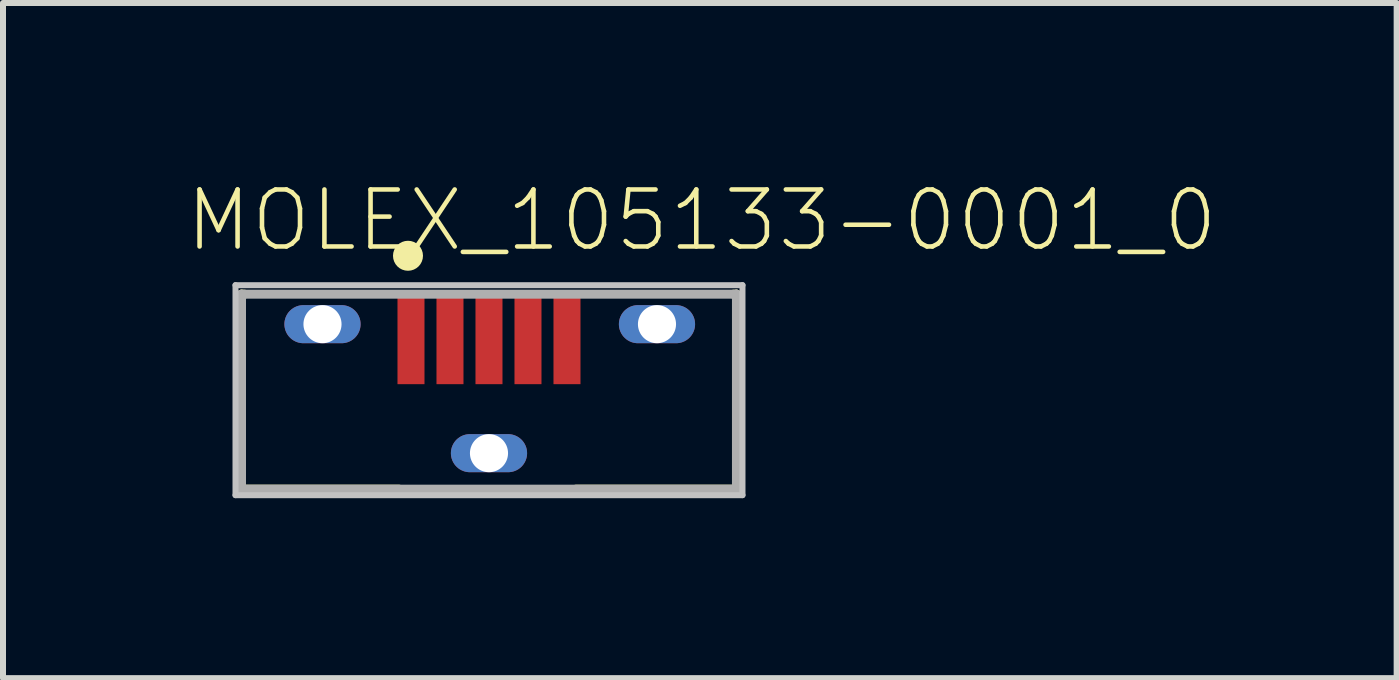
<source format=kicad_pcb>
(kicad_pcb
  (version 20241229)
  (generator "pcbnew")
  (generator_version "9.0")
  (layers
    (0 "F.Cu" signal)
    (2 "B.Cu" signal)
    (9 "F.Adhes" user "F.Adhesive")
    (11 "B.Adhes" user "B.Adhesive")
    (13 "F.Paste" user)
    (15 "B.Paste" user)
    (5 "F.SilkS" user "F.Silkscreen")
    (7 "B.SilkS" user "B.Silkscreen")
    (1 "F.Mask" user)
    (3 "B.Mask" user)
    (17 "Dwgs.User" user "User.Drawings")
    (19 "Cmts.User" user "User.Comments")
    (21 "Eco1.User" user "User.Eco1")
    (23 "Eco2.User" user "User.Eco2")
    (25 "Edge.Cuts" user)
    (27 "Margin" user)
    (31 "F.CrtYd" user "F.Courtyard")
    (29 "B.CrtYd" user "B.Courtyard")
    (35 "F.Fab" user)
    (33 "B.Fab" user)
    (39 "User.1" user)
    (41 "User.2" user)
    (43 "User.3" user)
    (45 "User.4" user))
  (footprint "MOLEX_105133-0001_0"
    (layer "F.Cu")
    (at 5.1 2.753)
    (property "Reference" "MOLEX_105133-0001_0" (at -5.1 -1.575 0) (layer "F.SilkS") (effects (font (size 0.95 0.95) (thickness 0.076)) (justify left bottom)))
    (attr through_hole)
    (fp_line (start -4.125 -0.9) (end -4.075 -0.9) (stroke (width 0.15) (type solid)) (layer "F.SilkS"))
    (fp_line (start -4.125 2.35) (end -4.125 -0.9) (stroke (width 0.15) (type solid)) (layer "F.SilkS"))
    (fp_line (start -4.125 2.35) (end -1.5 2.35) (stroke (width 0.15) (type solid)) (layer "F.SilkS"))
    (fp_line (start 1.45 2.35) (end 4.125 2.35) (stroke (width 0.15) (type solid)) (layer "F.SilkS"))
    (fp_line (start 4.075 -0.9) (end 4.125 -0.9) (stroke (width 0.15) (type solid)) (layer "F.SilkS"))
    (fp_line (start 4.125 2.35) (end 4.125 -0.9) (stroke (width 0.15) (type solid)) (layer "F.SilkS"))
    (fp_circle (center -1.35 -1.54) (end -1.225 -1.54) (stroke (width 0.25) (type solid)) (fill no) (layer "F.SilkS"))
    (fp_line (start -4.225 -1.05) (end 4.225 -1.05) (stroke (width 0.1) (type solid)) (layer "Dwgs.User"))
    (fp_line (start -4.225 2.45) (end -4.225 -1.05) (stroke (width 0.1) (type solid)) (layer "Dwgs.User"))
    (fp_line (start 4.225 -1.05) (end 4.225 2.45) (stroke (width 0.1) (type solid)) (layer "Dwgs.User"))
    (fp_line (start 4.225 2.45) (end -4.225 2.45) (stroke (width 0.1) (type solid)) (layer "Dwgs.User"))
    (fp_line (start -4.125 -0.9) (end 4.125 -0.9) (stroke (width 0.15) (type solid)) (layer "F.Fab"))
    (fp_line (start -4.125 2.35) (end -4.125 -0.9) (stroke (width 0.15) (type solid)) (layer "F.Fab"))
    (fp_line (start 4.125 -0.9) (end 4.125 2.35) (stroke (width 0.15) (type solid)) (layer "F.Fab"))
    (fp_line (start 4.125 2.35) (end -4.125 2.35) (stroke (width 0.15) (type solid)) (layer "F.Fab"))
    (pad "1" smd rect (at -1.3 -0.15) (size 0.45 1.5) (layers "F.Cu" "F.Mask" "F.Paste"))
    (pad "2" smd rect (at -0.65 -0.15) (size 0.45 1.5) (layers "F.Cu" "F.Mask" "F.Paste"))
    (pad "3" smd rect (at 0 -0.15) (size 0.45 1.5) (layers "F.Cu" "F.Mask" "F.Paste"))
    (pad "4" smd rect (at 0.65 -0.15) (size 0.45 1.5) (layers "F.Cu" "F.Mask" "F.Paste"))
    (pad "5" smd rect (at 1.3 -0.15) (size 0.45 1.5) (layers "F.Cu" "F.Mask" "F.Paste"))
    (pad "6" thru_hole oval (at -2.775 -0.4) (size 1.27 0.635) (drill 0.635) (layers "*.Cu" "*.Mask"))
    (pad "7" thru_hole oval (at 2.8 -0.4) (size 1.27 0.635) (drill 0.635) (layers "*.Cu" "*.Mask"))
    (pad "8" thru_hole oval (at 0 1.75) (size 1.27 0.635) (drill 0.635) (layers "*.Cu" "*.Mask")))
  (gr_rect
    (start -3 -3)
    (end 20.228 8.253)
    (stroke (width 0.1) (type default))
    (fill no)
    (layer "Edge.Cuts")))
</source>
